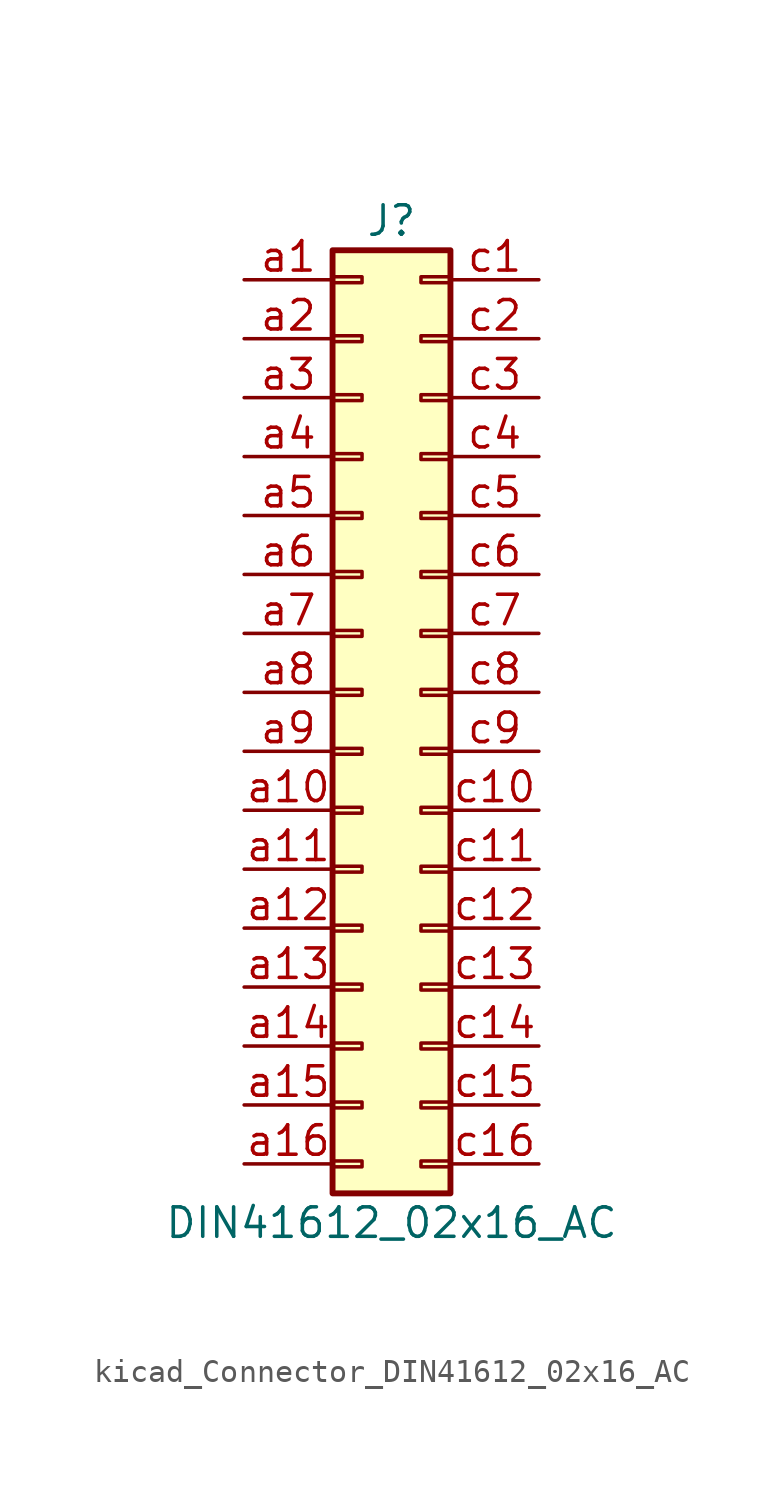
<source format=kicad_sym>
(kicad_symbol_lib
  (version 20220914)
  (generator kicad_symbol_editor)
  (symbol "kicad_Connector_DIN41612_02x16_AC"
    (pin_names
      (offset 1.016) hide)
    (property "Reference" "J"
      (at 1.27 20.32 0)
      (effects (font (size 1.27 1.27))))
    (property "Value" "DIN41612_02x16_AC"
      (at 1.27 -22.86 0)
      (effects (font (size 1.27 1.27))))
    (symbol "kicad_Connector_DIN41612_02x16_AC_1_1"
      (rectangle (start -1.27 -20.193) (end 0 -20.447) (stroke (width 0.152) (type default)) (fill (type none)))
      (rectangle (start -1.27 -17.653) (end 0 -17.907) (stroke (width 0.152) (type default)) (fill (type none)))
      (rectangle (start -1.27 -15.113) (end 0 -15.367) (stroke (width 0.152) (type default)) (fill (type none)))
      (rectangle (start -1.27 -12.573) (end 0 -12.827) (stroke (width 0.152) (type default)) (fill (type none)))
      (rectangle (start -1.27 -10.033) (end 0 -10.287) (stroke (width 0.152) (type default)) (fill (type none)))
      (rectangle (start -1.27 -7.493) (end 0 -7.747) (stroke (width 0.152) (type default)) (fill (type none)))
      (rectangle (start -1.27 -4.953) (end 0 -5.207) (stroke (width 0.152) (type default)) (fill (type none)))
      (rectangle (start -1.27 -2.413) (end 0 -2.667) (stroke (width 0.152) (type default)) (fill (type none)))
      (rectangle (start -1.27 0.127) (end 0 -0.127) (stroke (width 0.152) (type default)) (fill (type none)))
      (rectangle (start -1.27 2.667) (end 0 2.413) (stroke (width 0.152) (type default)) (fill (type none)))
      (rectangle (start -1.27 5.207) (end 0 4.953) (stroke (width 0.152) (type default)) (fill (type none)))
      (rectangle (start -1.27 7.747) (end 0 7.493) (stroke (width 0.152) (type default)) (fill (type none)))
      (rectangle (start -1.27 10.287) (end 0 10.033) (stroke (width 0.152) (type default)) (fill (type none)))
      (rectangle (start -1.27 12.827) (end 0 12.573) (stroke (width 0.152) (type default)) (fill (type none)))
      (rectangle (start -1.27 15.367) (end 0 15.113) (stroke (width 0.152) (type default)) (fill (type none)))
      (rectangle (start -1.27 17.907) (end 0 17.653) (stroke (width 0.152) (type default)) (fill (type none)))
      (rectangle (start -1.27 19.05) (end 3.81 -21.59) (stroke (width 0.254) (type default)) (fill (type background)))
      (rectangle (start 3.81 -20.193) (end 2.54 -20.447) (stroke (width 0.152) (type default)) (fill (type none)))
      (rectangle (start 3.81 -17.653) (end 2.54 -17.907) (stroke (width 0.152) (type default)) (fill (type none)))
      (rectangle (start 3.81 -15.113) (end 2.54 -15.367) (stroke (width 0.152) (type default)) (fill (type none)))
      (rectangle (start 3.81 -12.573) (end 2.54 -12.827) (stroke (width 0.152) (type default)) (fill (type none)))
      (rectangle (start 3.81 -10.033) (end 2.54 -10.287) (stroke (width 0.152) (type default)) (fill (type none)))
      (rectangle (start 3.81 -7.493) (end 2.54 -7.747) (stroke (width 0.152) (type default)) (fill (type none)))
      (rectangle (start 3.81 -4.953) (end 2.54 -5.207) (stroke (width 0.152) (type default)) (fill (type none)))
      (rectangle (start 3.81 -2.413) (end 2.54 -2.667) (stroke (width 0.152) (type default)) (fill (type none)))
      (rectangle (start 3.81 0.127) (end 2.54 -0.127) (stroke (width 0.152) (type default)) (fill (type none)))
      (rectangle (start 3.81 2.667) (end 2.54 2.413) (stroke (width 0.152) (type default)) (fill (type none)))
      (rectangle (start 3.81 5.207) (end 2.54 4.953) (stroke (width 0.152) (type default)) (fill (type none)))
      (rectangle (start 3.81 7.747) (end 2.54 7.493) (stroke (width 0.152) (type default)) (fill (type none)))
      (rectangle (start 3.81 10.287) (end 2.54 10.033) (stroke (width 0.152) (type default)) (fill (type none)))
      (rectangle (start 3.81 12.827) (end 2.54 12.573) (stroke (width 0.152) (type default)) (fill (type none)))
      (rectangle (start 3.81 15.367) (end 2.54 15.113) (stroke (width 0.152) (type default)) (fill (type none)))
      (rectangle (start 3.81 17.907) (end 2.54 17.653) (stroke (width 0.152) (type default)) (fill (type none)))
      (pin passive line (at -5.08 17.78 0) (length 3.81) (name "Pin_a1" (effects (font (size 1.27 1.27)))) (number "a1" (effects (font (size 1.27 1.27)))))
      (pin passive line (at -5.08 -5.08 0) (length 3.81) (name "Pin_a10" (effects (font (size 1.27 1.27)))) (number "a10" (effects (font (size 1.27 1.27)))))
      (pin passive line (at -5.08 -7.62 0) (length 3.81) (name "Pin_a11" (effects (font (size 1.27 1.27)))) (number "a11" (effects (font (size 1.27 1.27)))))
      (pin passive line (at -5.08 -10.16 0) (length 3.81) (name "Pin_a12" (effects (font (size 1.27 1.27)))) (number "a12" (effects (font (size 1.27 1.27)))))
      (pin passive line (at -5.08 -12.7 0) (length 3.81) (name "Pin_a13" (effects (font (size 1.27 1.27)))) (number "a13" (effects (font (size 1.27 1.27)))))
      (pin passive line (at -5.08 -15.24 0) (length 3.81) (name "Pin_a14" (effects (font (size 1.27 1.27)))) (number "a14" (effects (font (size 1.27 1.27)))))
      (pin passive line (at -5.08 -17.78 0) (length 3.81) (name "Pin_a15" (effects (font (size 1.27 1.27)))) (number "a15" (effects (font (size 1.27 1.27)))))
      (pin passive line (at -5.08 -20.32 0) (length 3.81) (name "Pin_a16" (effects (font (size 1.27 1.27)))) (number "a16" (effects (font (size 1.27 1.27)))))
      (pin passive line (at -5.08 15.24 0) (length 3.81) (name "Pin_a2" (effects (font (size 1.27 1.27)))) (number "a2" (effects (font (size 1.27 1.27)))))
      (pin passive line (at -5.08 12.7 0) (length 3.81) (name "Pin_a3" (effects (font (size 1.27 1.27)))) (number "a3" (effects (font (size 1.27 1.27)))))
      (pin passive line (at -5.08 10.16 0) (length 3.81) (name "Pin_a4" (effects (font (size 1.27 1.27)))) (number "a4" (effects (font (size 1.27 1.27)))))
      (pin passive line (at -5.08 7.62 0) (length 3.81) (name "Pin_a5" (effects (font (size 1.27 1.27)))) (number "a5" (effects (font (size 1.27 1.27)))))
      (pin passive line (at -5.08 5.08 0) (length 3.81) (name "Pin_a6" (effects (font (size 1.27 1.27)))) (number "a6" (effects (font (size 1.27 1.27)))))
      (pin passive line (at -5.08 2.54 0) (length 3.81) (name "Pin_a7" (effects (font (size 1.27 1.27)))) (number "a7" (effects (font (size 1.27 1.27)))))
      (pin passive line (at -5.08 0 0) (length 3.81) (name "Pin_a8" (effects (font (size 1.27 1.27)))) (number "a8" (effects (font (size 1.27 1.27)))))
      (pin passive line (at -5.08 -2.54 0) (length 3.81) (name "Pin_a9" (effects (font (size 1.27 1.27)))) (number "a9" (effects (font (size 1.27 1.27)))))
      (pin passive line (at 7.62 17.78 180) (length 3.81) (name "Pin_c1" (effects (font (size 1.27 1.27)))) (number "c1" (effects (font (size 1.27 1.27)))))
      (pin passive line (at 7.62 -5.08 180) (length 3.81) (name "Pin_c10" (effects (font (size 1.27 1.27)))) (number "c10" (effects (font (size 1.27 1.27)))))
      (pin passive line (at 7.62 -7.62 180) (length 3.81) (name "Pin_c11" (effects (font (size 1.27 1.27)))) (number "c11" (effects (font (size 1.27 1.27)))))
      (pin passive line (at 7.62 -10.16 180) (length 3.81) (name "Pin_c12" (effects (font (size 1.27 1.27)))) (number "c12" (effects (font (size 1.27 1.27)))))
      (pin passive line (at 7.62 -12.7 180) (length 3.81) (name "Pin_c13" (effects (font (size 1.27 1.27)))) (number "c13" (effects (font (size 1.27 1.27)))))
      (pin passive line (at 7.62 -15.24 180) (length 3.81) (name "Pin_c14" (effects (font (size 1.27 1.27)))) (number "c14" (effects (font (size 1.27 1.27)))))
      (pin passive line (at 7.62 -17.78 180) (length 3.81) (name "Pin_c15" (effects (font (size 1.27 1.27)))) (number "c15" (effects (font (size 1.27 1.27)))))
      (pin passive line (at 7.62 -20.32 180) (length 3.81) (name "Pin_c16" (effects (font (size 1.27 1.27)))) (number "c16" (effects (font (size 1.27 1.27)))))
      (pin passive line (at 7.62 15.24 180) (length 3.81) (name "Pin_c2" (effects (font (size 1.27 1.27)))) (number "c2" (effects (font (size 1.27 1.27)))))
      (pin passive line (at 7.62 12.7 180) (length 3.81) (name "Pin_c3" (effects (font (size 1.27 1.27)))) (number "c3" (effects (font (size 1.27 1.27)))))
      (pin passive line (at 7.62 10.16 180) (length 3.81) (name "Pin_c4" (effects (font (size 1.27 1.27)))) (number "c4" (effects (font (size 1.27 1.27)))))
      (pin passive line (at 7.62 7.62 180) (length 3.81) (name "Pin_c5" (effects (font (size 1.27 1.27)))) (number "c5" (effects (font (size 1.27 1.27)))))
      (pin passive line (at 7.62 5.08 180) (length 3.81) (name "Pin_c6" (effects (font (size 1.27 1.27)))) (number "c6" (effects (font (size 1.27 1.27)))))
      (pin passive line (at 7.62 2.54 180) (length 3.81) (name "Pin_c7" (effects (font (size 1.27 1.27)))) (number "c7" (effects (font (size 1.27 1.27)))))
      (pin passive line (at 7.62 0 180) (length 3.81) (name "Pin_c8" (effects (font (size 1.27 1.27)))) (number "c8" (effects (font (size 1.27 1.27)))))
      (pin passive line (at 7.62 -2.54 180) (length 3.81) (name "Pin_c9" (effects (font (size 1.27 1.27)))) (number "c9" (effects (font (size 1.27 1.27))))))))
</source>
